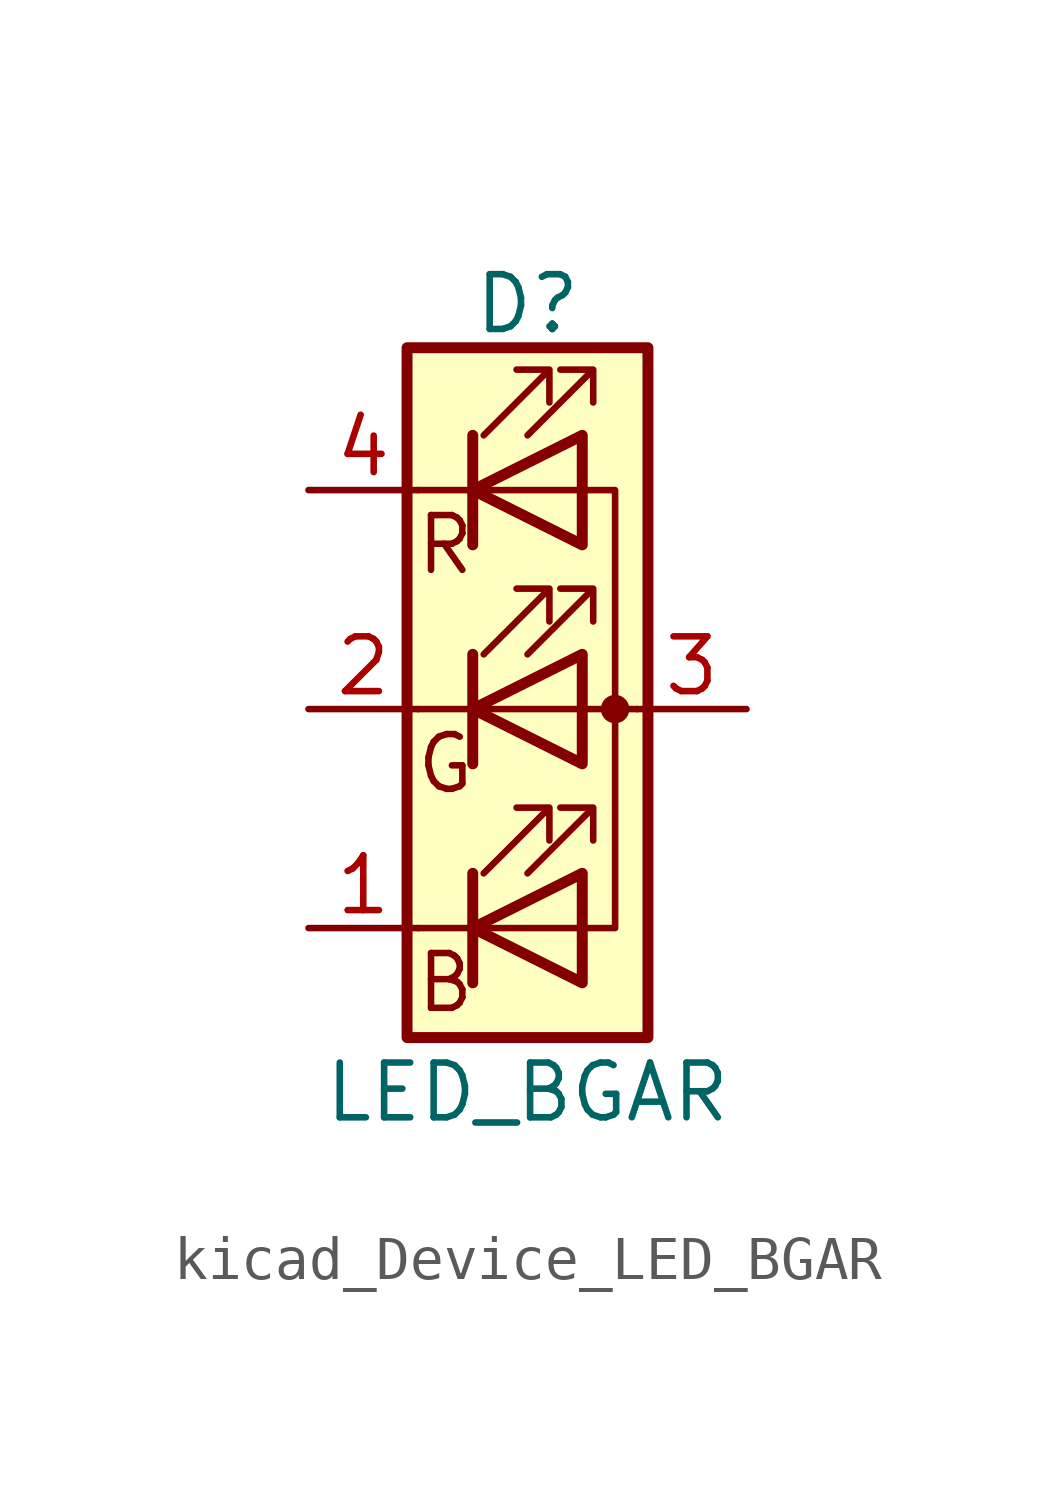
<source format=kicad_sym>
(kicad_symbol_lib
  (version 20220914)
  (generator kicad_symbol_editor)
  (symbol "kicad_Device_LED_BGAR"
    (pin_names
      (offset 0) hide)
    (property "Reference" "D"
      (at 0 9.398 0)
      (effects (font (size 1.27 1.27))))
    (property "Value" "LED_BGAR"
      (at 0 -8.89 0)
      (effects (font (size 1.27 1.27))))
    (symbol "kicad_Device_LED_BGAR_0_0"
      (text "B" (at -1.905 -6.35 0) (effects (font (size 1.27 1.27))))
      (text "G" (at -1.905 -1.27 0) (effects (font (size 1.27 1.27))))
      (text "R" (at -1.905 3.81 0) (effects (font (size 1.27 1.27)))))
    (symbol "kicad_Device_LED_BGAR_0_1"
      (polyline (pts (xy -1.27 -5.08) (xy -2.54 -5.08)) (stroke (width 0) (type default)) (fill (type none)))
      (polyline (pts (xy -1.27 -5.08) (xy 1.27 -5.08)) (stroke (width 0) (type default)) (fill (type none)))
      (polyline (pts (xy -1.27 -3.81) (xy -1.27 -6.35)) (stroke (width 0.254) (type default)) (fill (type none)))
      (polyline (pts (xy -1.27 0) (xy -2.54 0)) (stroke (width 0) (type default)) (fill (type none)))
      (polyline (pts (xy -1.27 1.27) (xy -1.27 -1.27)) (stroke (width 0.254) (type default)) (fill (type none)))
      (polyline (pts (xy -1.27 5.08) (xy -2.54 5.08)) (stroke (width 0) (type default)) (fill (type none)))
      (polyline (pts (xy -1.27 5.08) (xy 1.27 5.08)) (stroke (width 0) (type default)) (fill (type none)))
      (polyline (pts (xy -1.27 6.35) (xy -1.27 3.81)) (stroke (width 0.254) (type default)) (fill (type none)))
      (polyline (pts (xy 1.27 0) (xy -1.27 0)) (stroke (width 0) (type default)) (fill (type none)))
      (polyline (pts (xy 1.27 0) (xy 2.54 0)) (stroke (width 0) (type default)) (fill (type none)))
      (polyline (pts (xy -1.27 1.27) (xy -1.27 -1.27) (xy -1.27 -1.27)) (stroke (width 0) (type default)) (fill (type none)))
      (polyline (pts (xy -1.27 6.35) (xy -1.27 3.81) (xy -1.27 3.81)) (stroke (width 0) (type default)) (fill (type none)))
      (polyline (pts (xy 1.27 -5.08) (xy 2.032 -5.08) (xy 2.032 5.08) (xy 1.27 5.08)) (stroke (width 0) (type default)) (fill (type none)))
      (polyline (pts (xy 1.27 -3.81) (xy 1.27 -6.35) (xy -1.27 -5.08) (xy 1.27 -3.81)) (stroke (width 0.254) (type default)) (fill (type none)))
      (polyline (pts (xy 1.27 1.27) (xy 1.27 -1.27) (xy -1.27 0) (xy 1.27 1.27)) (stroke (width 0.254) (type default)) (fill (type none)))
      (polyline (pts (xy 1.27 6.35) (xy 1.27 3.81) (xy -1.27 5.08) (xy 1.27 6.35)) (stroke (width 0.254) (type default)) (fill (type none)))
      (polyline (pts (xy -1.016 -3.81) (xy 0.508 -2.286) (xy -0.254 -2.286) (xy 0.508 -2.286) (xy 0.508 -3.048)) (stroke (width 0) (type default)) (fill (type none)))
      (polyline (pts (xy -1.016 1.27) (xy 0.508 2.794) (xy -0.254 2.794) (xy 0.508 2.794) (xy 0.508 2.032)) (stroke (width 0) (type default)) (fill (type none)))
      (polyline (pts (xy -1.016 6.35) (xy 0.508 7.874) (xy -0.254 7.874) (xy 0.508 7.874) (xy 0.508 7.112)) (stroke (width 0) (type default)) (fill (type none)))
      (polyline (pts (xy 0 -3.81) (xy 1.524 -2.286) (xy 0.762 -2.286) (xy 1.524 -2.286) (xy 1.524 -3.048)) (stroke (width 0) (type default)) (fill (type none)))
      (polyline (pts (xy 0 1.27) (xy 1.524 2.794) (xy 0.762 2.794) (xy 1.524 2.794) (xy 1.524 2.032)) (stroke (width 0) (type default)) (fill (type none)))
      (polyline (pts (xy 0 6.35) (xy 1.524 7.874) (xy 0.762 7.874) (xy 1.524 7.874) (xy 1.524 7.112)) (stroke (width 0) (type default)) (fill (type none)))
      (rectangle (start 1.27 -1.27) (end 1.27 1.27) (stroke (width 0) (type default)) (fill (type none)))
      (rectangle (start 1.27 1.27) (end 1.27 1.27) (stroke (width 0) (type default)) (fill (type none)))
      (rectangle (start 1.27 3.81) (end 1.27 6.35) (stroke (width 0) (type default)) (fill (type none)))
      (rectangle (start 1.27 6.35) (end 1.27 6.35) (stroke (width 0) (type default)) (fill (type none)))
      (circle (center 2.032 0) (radius 0.254) (stroke (width 0) (type default)) (fill (type outline)))
      (rectangle (start 2.794 8.382) (end -2.794 -7.62) (stroke (width 0.254) (type default)) (fill (type background))))
    (symbol "kicad_Device_LED_BGAR_1_1"
      (pin passive line (at -5.08 -5.08 0) (length 2.54) (name "BK" (effects (font (size 1.27 1.27)))) (number "1" (effects (font (size 1.27 1.27)))))
      (pin passive line (at -5.08 0 0) (length 2.54) (name "GK" (effects (font (size 1.27 1.27)))) (number "2" (effects (font (size 1.27 1.27)))))
      (pin passive line (at 5.08 0 180) (length 2.54) (name "A" (effects (font (size 1.27 1.27)))) (number "3" (effects (font (size 1.27 1.27)))))
      (pin passive line (at -5.08 5.08 0) (length 2.54) (name "RK" (effects (font (size 1.27 1.27)))) (number "4" (effects (font (size 1.27 1.27))))))))
</source>
